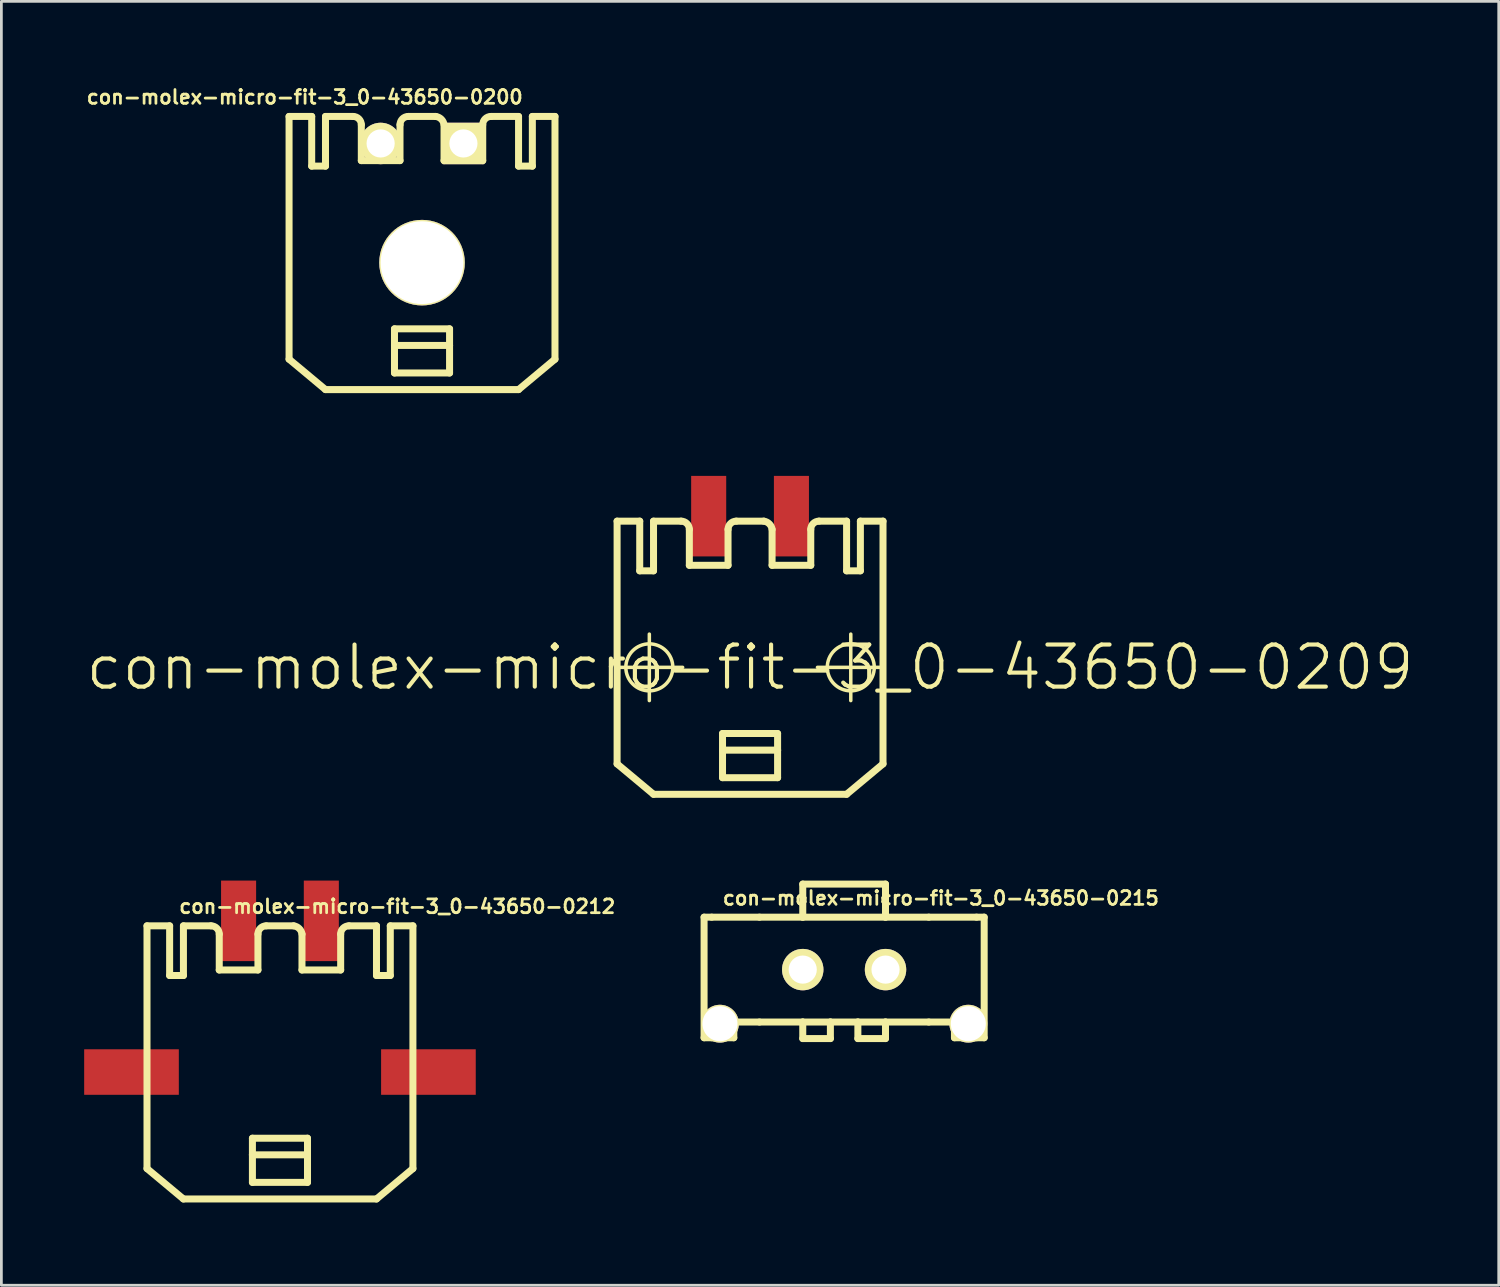
<source format=kicad_pcb>
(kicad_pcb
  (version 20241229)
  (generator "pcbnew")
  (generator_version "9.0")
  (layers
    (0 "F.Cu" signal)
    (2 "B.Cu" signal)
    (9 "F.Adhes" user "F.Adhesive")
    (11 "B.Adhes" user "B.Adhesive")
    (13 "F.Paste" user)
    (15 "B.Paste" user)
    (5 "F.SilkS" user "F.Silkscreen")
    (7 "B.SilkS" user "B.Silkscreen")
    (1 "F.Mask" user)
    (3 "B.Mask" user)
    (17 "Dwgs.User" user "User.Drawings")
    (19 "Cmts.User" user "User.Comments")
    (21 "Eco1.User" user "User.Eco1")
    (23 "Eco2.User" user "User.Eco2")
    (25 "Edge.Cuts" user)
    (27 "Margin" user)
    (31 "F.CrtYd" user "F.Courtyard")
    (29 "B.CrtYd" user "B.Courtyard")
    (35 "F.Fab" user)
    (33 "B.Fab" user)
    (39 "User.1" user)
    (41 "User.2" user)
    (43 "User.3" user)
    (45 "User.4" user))
  (footprint "con-molex-micro-fit-3_0-43650-0200"
    (layer "F.Cu")
    (at 12.243 6.468)
    (property "Reference" "con-molex-micro-fit-3_0-43650-0200" (at -4.25 -6 180) (layer "F.SilkS") (effects (font (size 0.5 0.5) (thickness 0.1))))
    (attr exclude_from_pos_files exclude_from_bom)
    (fp_line (start -4.818 -5.298) (end -3.998 -5.298) (stroke (width 0.254) (type solid)) (layer "F.SilkS"))
    (fp_line (start -4.818 3.498) (end -4.818 -5.298) (stroke (width 0.254) (type solid)) (layer "F.SilkS"))
    (fp_line (start -4.818 3.498) (end -3.498 4.6) (stroke (width 0.254) (type solid)) (layer "F.SilkS"))
    (fp_line (start -3.998 -5.298) (end -3.998 -3.498) (stroke (width 0.254) (type solid)) (layer "F.SilkS"))
    (fp_line (start -3.998 -3.498) (end -3.498 -3.498) (stroke (width 0.254) (type solid)) (layer "F.SilkS"))
    (fp_line (start -3.498 -5.298) (end -2.499 -5.298) (stroke (width 0.254) (type solid)) (layer "F.SilkS"))
    (fp_line (start -3.498 -3.498) (end -3.498 -5.298) (stroke (width 0.254) (type solid)) (layer "F.SilkS"))
    (fp_line (start -2.2 -3.698) (end -2.2 -4.999) (stroke (width 0.254) (type solid)) (layer "F.SilkS"))
    (fp_line (start -2.2 -3.698) (end -0.798 -3.698) (stroke (width 0.254) (type solid)) (layer "F.SilkS"))
    (fp_line (start -0.998 2.398) (end 0.998 2.398) (stroke (width 0.254) (type solid)) (layer "F.SilkS"))
    (fp_line (start -0.998 3) (end -0.998 2.398) (stroke (width 0.254) (type solid)) (layer "F.SilkS"))
    (fp_line (start -0.998 3) (end 0.998 3) (stroke (width 0.254) (type solid)) (layer "F.SilkS"))
    (fp_line (start -0.998 3.998) (end -0.998 3) (stroke (width 0.254) (type solid)) (layer "F.SilkS"))
    (fp_line (start -0.798 -3.698) (end -0.798 -4.999) (stroke (width 0.254) (type solid)) (layer "F.SilkS"))
    (fp_line (start -0.498 -5.298) (end 0.498 -5.298) (stroke (width 0.254) (type solid)) (layer "F.SilkS"))
    (fp_line (start 0.798 -4.999) (end 0.798 -3.698) (stroke (width 0.254) (type solid)) (layer "F.SilkS"))
    (fp_line (start 0.798 -3.698) (end 2.2 -3.698) (stroke (width 0.254) (type solid)) (layer "F.SilkS"))
    (fp_line (start 0.998 2.398) (end 0.998 3) (stroke (width 0.254) (type solid)) (layer "F.SilkS"))
    (fp_line (start 0.998 3) (end 0.998 3.998) (stroke (width 0.254) (type solid)) (layer "F.SilkS"))
    (fp_line (start 0.998 3.998) (end -0.998 3.998) (stroke (width 0.254) (type solid)) (layer "F.SilkS"))
    (fp_line (start 2.2 -3.698) (end 2.2 -4.999) (stroke (width 0.254) (type solid)) (layer "F.SilkS"))
    (fp_line (start 2.499 -5.298) (end 3.498 -5.298) (stroke (width 0.254) (type solid)) (layer "F.SilkS"))
    (fp_line (start 3.498 -3.498) (end 3.498 -5.298) (stroke (width 0.254) (type solid)) (layer "F.SilkS"))
    (fp_line (start 3.498 4.6) (end -3.498 4.6) (stroke (width 0.254) (type solid)) (layer "F.SilkS"))
    (fp_line (start 3.998 -5.298) (end 3.998 -3.498) (stroke (width 0.254) (type solid)) (layer "F.SilkS"))
    (fp_line (start 3.998 -5.298) (end 4.818 -5.298) (stroke (width 0.254) (type solid)) (layer "F.SilkS"))
    (fp_line (start 3.998 -3.498) (end 3.498 -3.498) (stroke (width 0.254) (type solid)) (layer "F.SilkS"))
    (fp_line (start 4.818 -5.298) (end 4.818 3.498) (stroke (width 0.254) (type solid)) (layer "F.SilkS"))
    (fp_line (start 4.818 3.498) (end 3.498 4.6) (stroke (width 0.254) (type solid)) (layer "F.SilkS"))
    (fp_arc (start -2.49936 -5.29844) (mid -2.287426 -5.210654) (end -2.19964 -4.99872) (stroke (width 0.254) (type solid)) (layer "F.SilkS"))
    (fp_arc (start -0.79756 -4.99872) (mid -0.709774 -5.210654) (end -0.49784 -5.29844) (stroke (width 0.254) (type solid)) (layer "F.SilkS"))
    (fp_arc (start 0.49784 -5.29844) (mid 0.698413 -5.199466) (end 0.799556 -4.999979) (stroke (width 0.254) (type solid)) (layer "F.SilkS"))
    (fp_arc (start 2.19964 -4.99872) (mid 2.287426 -5.210654) (end 2.49936 -5.29844) (stroke (width 0.254) (type solid)) (layer "F.SilkS"))
    (pad "1" thru_hole rect (at 1.5 -4.32) (size 1.5 1.5) (drill 1.02) (layers "*.Cu" "*.Mask" "F.SilkS" "F.Paste"))
    (pad "2" thru_hole circle (at -1.5 -4.32) (size 1.5 1.5) (drill 1.02) (layers "*.Cu" "*.Mask" "F.SilkS" "F.Paste"))
    (pad "3" thru_hole circle (at 0 0) (size 3.1 3.1) (drill 3) (layers "*.Cu" "*.Mask" "F.SilkS" "F.Paste")))
  (footprint "con-molex-micro-fit-3_0-43650-0215"
    (layer "F.Cu")
    (at 27.539 32.086)
    (property "Reference" "con-molex-micro-fit-3_0-43650-0215" (at 3.505 -2.591 0) (layer "F.SilkS") (effects (font (size 0.5 0.5) (thickness 0.1))))
    (attr exclude_from_pos_files exclude_from_bom)
    (fp_line (start -5.075 -1.9) (end -4.798 -1.9) (stroke (width 0.254) (type solid)) (layer "F.SilkS"))
    (fp_line (start -5.075 2.469) (end -5.075 -1.9) (stroke (width 0.254) (type solid)) (layer "F.SilkS"))
    (fp_line (start -4.798 -1.9) (end -3.068 -1.9) (stroke (width 0.254) (type solid)) (layer "F.SilkS"))
    (fp_line (start -4.798 2.469) (end -5.075 2.469) (stroke (width 0.254) (type solid)) (layer "F.SilkS"))
    (fp_line (start -3.998 1.9) (end -3.998 2.469) (stroke (width 0.254) (type solid)) (layer "F.SilkS"))
    (fp_line (start -3.998 2.469) (end -4.798 2.469) (stroke (width 0.254) (type solid)) (layer "F.SilkS"))
    (fp_line (start -3.068 -1.9) (end -1.499 -1.9) (stroke (width 0.254) (type solid)) (layer "F.SilkS"))
    (fp_line (start -3.068 1.9) (end -3.998 1.9) (stroke (width 0.254) (type solid)) (layer "F.SilkS"))
    (fp_line (start -1.499 -3.099) (end -1.499 -1.9) (stroke (width 0.254) (type solid)) (layer "F.SilkS"))
    (fp_line (start -1.499 -3.099) (end 1.499 -3.099) (stroke (width 0.254) (type solid)) (layer "F.SilkS"))
    (fp_line (start -1.499 -1.9) (end 1.499 -1.9) (stroke (width 0.254) (type solid)) (layer "F.SilkS"))
    (fp_line (start -1.499 1.9) (end -3.068 1.9) (stroke (width 0.254) (type solid)) (layer "F.SilkS"))
    (fp_line (start -1.499 1.9) (end -1.499 2.499) (stroke (width 0.254) (type solid)) (layer "F.SilkS"))
    (fp_line (start -1.499 2.499) (end -0.498 2.499) (stroke (width 0.254) (type solid)) (layer "F.SilkS"))
    (fp_line (start -0.498 1.9) (end -1.499 1.9) (stroke (width 0.254) (type solid)) (layer "F.SilkS"))
    (fp_line (start -0.498 2.499) (end -0.498 1.9) (stroke (width 0.254) (type solid)) (layer "F.SilkS"))
    (fp_line (start 0.498 1.9) (end -0.498 1.9) (stroke (width 0.254) (type solid)) (layer "F.SilkS"))
    (fp_line (start 0.498 1.9) (end 0.498 2.499) (stroke (width 0.254) (type solid)) (layer "F.SilkS"))
    (fp_line (start 0.498 2.499) (end 1.499 2.499) (stroke (width 0.254) (type solid)) (layer "F.SilkS"))
    (fp_line (start 1.499 -3.099) (end 1.499 -1.9) (stroke (width 0.254) (type solid)) (layer "F.SilkS"))
    (fp_line (start 1.499 -1.9) (end 3.068 -1.9) (stroke (width 0.254) (type solid)) (layer "F.SilkS"))
    (fp_line (start 1.499 1.9) (end 0.498 1.9) (stroke (width 0.254) (type solid)) (layer "F.SilkS"))
    (fp_line (start 1.499 2.499) (end 1.499 1.9) (stroke (width 0.254) (type solid)) (layer "F.SilkS"))
    (fp_line (start 3.068 -1.9) (end 4.798 -1.9) (stroke (width 0.254) (type solid)) (layer "F.SilkS"))
    (fp_line (start 3.068 1.9) (end 1.499 1.9) (stroke (width 0.254) (type solid)) (layer "F.SilkS"))
    (fp_line (start 3.998 1.9) (end 3.068 1.9) (stroke (width 0.254) (type solid)) (layer "F.SilkS"))
    (fp_line (start 3.998 2.469) (end 3.998 1.9) (stroke (width 0.254) (type solid)) (layer "F.SilkS"))
    (fp_line (start 3.998 2.469) (end 4.798 2.469) (stroke (width 0.254) (type solid)) (layer "F.SilkS"))
    (fp_line (start 4.798 -1.9) (end 5.075 -1.9) (stroke (width 0.254) (type solid)) (layer "F.SilkS"))
    (fp_line (start 4.798 2.469) (end 5.075 2.469) (stroke (width 0.254) (type solid)) (layer "F.SilkS"))
    (fp_line (start 5.075 -1.9) (end 5.075 2.469) (stroke (width 0.254) (type solid)) (layer "F.SilkS"))
    (fp_line (start -4.798 -0.998) (end -4.798 -1.9) (stroke (width 0.198) (type solid)) (layer "Eco1.User"))
    (fp_line (start -4.798 0.998) (end -4.798 -0.998) (stroke (width 0.198) (type solid)) (layer "Eco1.User"))
    (fp_line (start -4.798 2.469) (end -4.798 0.998) (stroke (width 0.198) (type solid)) (layer "Eco1.User"))
    (fp_line (start -3.998 -0.498) (end -3.998 0.498) (stroke (width 0.198) (type solid)) (layer "Eco1.User"))
    (fp_line (start -3.998 0.498) (end -3.698 0.498) (stroke (width 0.198) (type solid)) (layer "Eco1.User"))
    (fp_line (start -3.698 -0.998) (end -4.798 -0.998) (stroke (width 0.198) (type solid)) (layer "Eco1.User"))
    (fp_line (start -3.698 -0.998) (end -3.698 -0.498) (stroke (width 0.198) (type solid)) (layer "Eco1.User"))
    (fp_line (start -3.698 -0.498) (end -3.998 -0.498) (stroke (width 0.198) (type solid)) (layer "Eco1.User"))
    (fp_line (start -3.698 0.498) (end -3.698 0.998) (stroke (width 0.198) (type solid)) (layer "Eco1.User"))
    (fp_line (start -3.698 0.998) (end -4.798 0.998) (stroke (width 0.198) (type solid)) (layer "Eco1.User"))
    (fp_line (start -3.068 -0.998) (end -3.698 -0.998) (stroke (width 0.198) (type solid)) (layer "Eco1.User"))
    (fp_line (start -3.068 -0.998) (end -3.068 -1.9) (stroke (width 0.198) (type solid)) (layer "Eco1.User"))
    (fp_line (start -3.068 0.998) (end -3.698 0.998) (stroke (width 0.198) (type solid)) (layer "Eco1.User"))
    (fp_line (start -3.068 0.998) (end -3.068 -0.998) (stroke (width 0.198) (type solid)) (layer "Eco1.User"))
    (fp_line (start -3.068 1.9) (end -3.068 0.998) (stroke (width 0.198) (type solid)) (layer "Eco1.User"))
    (fp_line (start -2.769 -1.27) (end -0.229 -1.27) (stroke (width 0.254) (type solid)) (layer "Eco1.User"))
    (fp_line (start -2.769 0.762) (end -2.769 -1.27) (stroke (width 0.254) (type solid)) (layer "Eco1.User"))
    (fp_line (start -2.261 1.27) (end -2.769 0.762) (stroke (width 0.254) (type solid)) (layer "Eco1.User"))
    (fp_line (start -0.229 -1.27) (end -0.229 1.27) (stroke (width 0.254) (type solid)) (layer "Eco1.User"))
    (fp_line (start -0.229 1.27) (end -2.261 1.27) (stroke (width 0.254) (type solid)) (layer "Eco1.User"))
    (fp_line (start 0.229 -1.27) (end 2.769 -1.27) (stroke (width 0.254) (type solid)) (layer "Eco1.User"))
    (fp_line (start 0.229 0.762) (end 0.229 -1.27) (stroke (width 0.254) (type solid)) (layer "Eco1.User"))
    (fp_line (start 0.737 1.27) (end 0.229 0.762) (stroke (width 0.254) (type solid)) (layer "Eco1.User"))
    (fp_line (start 2.769 -1.27) (end 2.769 1.27) (stroke (width 0.254) (type solid)) (layer "Eco1.User"))
    (fp_line (start 2.769 1.27) (end 0.737 1.27) (stroke (width 0.254) (type solid)) (layer "Eco1.User"))
    (fp_line (start 3.068 -1.9) (end 3.068 -0.998) (stroke (width 0.198) (type solid)) (layer "Eco1.User"))
    (fp_line (start 3.068 -0.998) (end 3.068 0.998) (stroke (width 0.198) (type solid)) (layer "Eco1.User"))
    (fp_line (start 3.068 -0.998) (end 3.698 -0.998) (stroke (width 0.198) (type solid)) (layer "Eco1.User"))
    (fp_line (start 3.068 0.998) (end 3.068 1.9) (stroke (width 0.198) (type solid)) (layer "Eco1.User"))
    (fp_line (start 3.068 0.998) (end 3.698 0.998) (stroke (width 0.198) (type solid)) (layer "Eco1.User"))
    (fp_line (start 3.698 -0.998) (end 3.698 -0.498) (stroke (width 0.198) (type solid)) (layer "Eco1.User"))
    (fp_line (start 3.698 -0.998) (end 4.798 -0.998) (stroke (width 0.198) (type solid)) (layer "Eco1.User"))
    (fp_line (start 3.698 -0.498) (end 3.998 -0.498) (stroke (width 0.198) (type solid)) (layer "Eco1.User"))
    (fp_line (start 3.698 0.498) (end 3.698 0.998) (stroke (width 0.198) (type solid)) (layer "Eco1.User"))
    (fp_line (start 3.698 0.998) (end 4.798 0.998) (stroke (width 0.198) (type solid)) (layer "Eco1.User"))
    (fp_line (start 3.998 -0.498) (end 3.998 0.498) (stroke (width 0.198) (type solid)) (layer "Eco1.User"))
    (fp_line (start 3.998 0.498) (end 3.698 0.498) (stroke (width 0.198) (type solid)) (layer "Eco1.User"))
    (fp_line (start 4.798 -0.998) (end 4.798 -1.9) (stroke (width 0.198) (type solid)) (layer "Eco1.User"))
    (fp_line (start 4.798 0.998) (end 4.798 -0.998) (stroke (width 0.198) (type solid)) (layer "Eco1.User"))
    (fp_line (start 4.798 2.469) (end 4.798 0.998) (stroke (width 0.198) (type solid)) (layer "Eco1.User"))
    (pad "0" thru_hole circle (at -4.5 1.96) (size 1.37 1.37) (drill 1.27) (layers "*.Cu" "*.Mask" "F.SilkS" "F.Paste"))
    (pad "0" thru_hole circle (at 4.5 1.96) (size 1.37 1.37) (drill 1.27) (layers "*.Cu" "*.Mask" "F.SilkS" "F.Paste"))
    (pad "1" thru_hole circle (at 1.5 0) (size 1.5 1.5) (drill 1.02) (layers "*.Cu" "*.Mask" "F.SilkS" "F.Paste"))
    (pad "2" thru_hole circle (at -1.5 0) (size 1.5 1.5) (drill 1.02) (layers "*.Cu" "*.Mask" "F.SilkS" "F.Paste")))
  (footprint "con-molex-micro-fit-3_0-43650-0209"
    (layer "F.Cu")
    (at 24.13 21.133)
    (property "Reference" "con-molex-micro-fit-3_0-43650-0209" (at 0 0 0) (layer "F.SilkS") (effects (font (size 1.524 1.524) (thickness 0.15))))
    (attr smd)
    (fp_line (start -4.854 0) (end -2.443 0) (stroke (width 0.127) (type solid)) (layer "F.SilkS"))
    (fp_line (start -4.818 -5.298) (end -3.998 -5.298) (stroke (width 0.254) (type solid)) (layer "F.SilkS"))
    (fp_line (start -4.818 3.498) (end -4.818 -5.298) (stroke (width 0.254) (type solid)) (layer "F.SilkS"))
    (fp_line (start -4.818 3.498) (end -3.498 4.6) (stroke (width 0.254) (type solid)) (layer "F.SilkS"))
    (fp_line (start -3.998 -5.298) (end -3.998 -3.498) (stroke (width 0.254) (type solid)) (layer "F.SilkS"))
    (fp_line (start -3.998 -3.498) (end -3.498 -3.498) (stroke (width 0.254) (type solid)) (layer "F.SilkS"))
    (fp_line (start -3.65 1.204) (end -3.65 -1.204) (stroke (width 0.127) (type solid)) (layer "F.SilkS"))
    (fp_line (start -3.498 -5.298) (end -2.499 -5.298) (stroke (width 0.254) (type solid)) (layer "F.SilkS"))
    (fp_line (start -3.498 -3.498) (end -3.498 -5.298) (stroke (width 0.254) (type solid)) (layer "F.SilkS"))
    (fp_line (start -2.2 -3.698) (end -2.2 -4.999) (stroke (width 0.254) (type solid)) (layer "F.SilkS"))
    (fp_line (start -2.2 -3.698) (end -0.798 -3.698) (stroke (width 0.254) (type solid)) (layer "F.SilkS"))
    (fp_line (start -0.998 2.398) (end 0.998 2.398) (stroke (width 0.254) (type solid)) (layer "F.SilkS"))
    (fp_line (start -0.998 3) (end -0.998 2.398) (stroke (width 0.254) (type solid)) (layer "F.SilkS"))
    (fp_line (start -0.998 3) (end 0.998 3) (stroke (width 0.254) (type solid)) (layer "F.SilkS"))
    (fp_line (start -0.998 3.998) (end -0.998 3) (stroke (width 0.254) (type solid)) (layer "F.SilkS"))
    (fp_line (start -0.798 -3.698) (end -0.798 -4.999) (stroke (width 0.254) (type solid)) (layer "F.SilkS"))
    (fp_line (start -0.498 -5.298) (end 0.498 -5.298) (stroke (width 0.254) (type solid)) (layer "F.SilkS"))
    (fp_line (start 0.798 -4.999) (end 0.798 -3.698) (stroke (width 0.254) (type solid)) (layer "F.SilkS"))
    (fp_line (start 0.798 -3.698) (end 2.2 -3.698) (stroke (width 0.254) (type solid)) (layer "F.SilkS"))
    (fp_line (start 0.998 2.398) (end 0.998 3) (stroke (width 0.254) (type solid)) (layer "F.SilkS"))
    (fp_line (start 0.998 3) (end 0.998 3.998) (stroke (width 0.254) (type solid)) (layer "F.SilkS"))
    (fp_line (start 0.998 3.998) (end -0.998 3.998) (stroke (width 0.254) (type solid)) (layer "F.SilkS"))
    (fp_line (start 2.2 -3.698) (end 2.2 -4.999) (stroke (width 0.254) (type solid)) (layer "F.SilkS"))
    (fp_line (start 2.443 0) (end 4.854 0) (stroke (width 0.127) (type solid)) (layer "F.SilkS"))
    (fp_line (start 2.499 -5.298) (end 3.498 -5.298) (stroke (width 0.254) (type solid)) (layer "F.SilkS"))
    (fp_line (start 3.498 -3.498) (end 3.498 -5.298) (stroke (width 0.254) (type solid)) (layer "F.SilkS"))
    (fp_line (start 3.498 4.6) (end -3.498 4.6) (stroke (width 0.254) (type solid)) (layer "F.SilkS"))
    (fp_line (start 3.65 1.204) (end 3.65 -1.204) (stroke (width 0.127) (type solid)) (layer "F.SilkS"))
    (fp_line (start 3.998 -5.298) (end 3.998 -3.498) (stroke (width 0.254) (type solid)) (layer "F.SilkS"))
    (fp_line (start 3.998 -5.298) (end 4.818 -5.298) (stroke (width 0.254) (type solid)) (layer "F.SilkS"))
    (fp_line (start 3.998 -3.498) (end 3.498 -3.498) (stroke (width 0.254) (type solid)) (layer "F.SilkS"))
    (fp_line (start 4.818 -5.298) (end 4.818 3.498) (stroke (width 0.254) (type solid)) (layer "F.SilkS"))
    (fp_line (start 4.818 3.498) (end 3.498 4.6) (stroke (width 0.254) (type solid)) (layer "F.SilkS"))
    (fp_arc (start -2.49936 -5.29844) (mid -2.287426 -5.210654) (end -2.19964 -4.99872) (stroke (width 0.254) (type solid)) (layer "F.SilkS"))
    (fp_arc (start -0.79756 -4.99872) (mid -0.709774 -5.210654) (end -0.49784 -5.29844) (stroke (width 0.254) (type solid)) (layer "F.SilkS"))
    (fp_arc (start 0.49784 -5.29844) (mid 0.698413 -5.199466) (end 0.799556 -4.999979) (stroke (width 0.254) (type solid)) (layer "F.SilkS"))
    (fp_arc (start 2.19964 -4.99872) (mid 2.287426 -5.210654) (end 2.49936 -5.29844) (stroke (width 0.254) (type solid)) (layer "F.SilkS"))
    (fp_circle (center -3.65 0) (end -4.252 0.602) (stroke (width 0.127) (type solid)) (fill no) (layer "F.SilkS"))
    (fp_circle (center 3.65 0) (end 4.252 0.602) (stroke (width 0.127) (type solid)) (fill no) (layer "F.SilkS"))
    (pad "P$1" smd rect (at 1.499 -5.479) (size 1.27 2.918) (layers "F.Cu" "F.Mask" "F.Paste"))
    (pad "P$2" smd rect (at -1.499 -5.479) (size 1.27 2.918) (layers "F.Cu" "F.Mask" "F.Paste")))
  (footprint "con-molex-micro-fit-3_0-43650-0212"
    (layer "F.Cu")
    (at 7.095 35.048)
    (property "Reference" "con-molex-micro-fit-3_0-43650-0212" (at 4.25 -5.25 0) (layer "F.SilkS") (effects (font (size 0.5 0.5) (thickness 0.1))))
    (attr smd)
    (fp_line (start -4.818 -4.548) (end -3.998 -4.548) (stroke (width 0.254) (type solid)) (layer "F.SilkS"))
    (fp_line (start -4.818 4.248) (end -4.818 -4.548) (stroke (width 0.254) (type solid)) (layer "F.SilkS"))
    (fp_line (start -4.818 4.248) (end -3.498 5.35) (stroke (width 0.254) (type solid)) (layer "F.SilkS"))
    (fp_line (start -3.998 -4.548) (end -3.998 -2.748) (stroke (width 0.254) (type solid)) (layer "F.SilkS"))
    (fp_line (start -3.998 -2.748) (end -3.498 -2.748) (stroke (width 0.254) (type solid)) (layer "F.SilkS"))
    (fp_line (start -3.498 -4.548) (end -2.499 -4.548) (stroke (width 0.254) (type solid)) (layer "F.SilkS"))
    (fp_line (start -3.498 -2.748) (end -3.498 -4.548) (stroke (width 0.254) (type solid)) (layer "F.SilkS"))
    (fp_line (start -2.2 -2.948) (end -2.2 -4.249) (stroke (width 0.254) (type solid)) (layer "F.SilkS"))
    (fp_line (start -2.2 -2.948) (end -0.798 -2.948) (stroke (width 0.254) (type solid)) (layer "F.SilkS"))
    (fp_line (start -0.998 3.148) (end 0.998 3.148) (stroke (width 0.254) (type solid)) (layer "F.SilkS"))
    (fp_line (start -0.998 3.75) (end -0.998 3.148) (stroke (width 0.254) (type solid)) (layer "F.SilkS"))
    (fp_line (start -0.998 3.75) (end 0.998 3.75) (stroke (width 0.254) (type solid)) (layer "F.SilkS"))
    (fp_line (start -0.998 4.748) (end -0.998 3.75) (stroke (width 0.254) (type solid)) (layer "F.SilkS"))
    (fp_line (start -0.798 -2.948) (end -0.798 -4.249) (stroke (width 0.254) (type solid)) (layer "F.SilkS"))
    (fp_line (start -0.498 -4.548) (end 0.498 -4.548) (stroke (width 0.254) (type solid)) (layer "F.SilkS"))
    (fp_line (start 0.798 -4.249) (end 0.798 -2.948) (stroke (width 0.254) (type solid)) (layer "F.SilkS"))
    (fp_line (start 0.798 -2.948) (end 2.2 -2.948) (stroke (width 0.254) (type solid)) (layer "F.SilkS"))
    (fp_line (start 0.998 3.148) (end 0.998 3.75) (stroke (width 0.254) (type solid)) (layer "F.SilkS"))
    (fp_line (start 0.998 3.75) (end 0.998 4.748) (stroke (width 0.254) (type solid)) (layer "F.SilkS"))
    (fp_line (start 0.998 4.748) (end -0.998 4.748) (stroke (width 0.254) (type solid)) (layer "F.SilkS"))
    (fp_line (start 2.2 -2.948) (end 2.2 -4.249) (stroke (width 0.254) (type solid)) (layer "F.SilkS"))
    (fp_line (start 2.499 -4.548) (end 3.498 -4.548) (stroke (width 0.254) (type solid)) (layer "F.SilkS"))
    (fp_line (start 3.498 -2.748) (end 3.498 -4.548) (stroke (width 0.254) (type solid)) (layer "F.SilkS"))
    (fp_line (start 3.498 5.35) (end -3.498 5.35) (stroke (width 0.254) (type solid)) (layer "F.SilkS"))
    (fp_line (start 3.998 -4.548) (end 3.998 -2.748) (stroke (width 0.254) (type solid)) (layer "F.SilkS"))
    (fp_line (start 3.998 -4.548) (end 4.818 -4.548) (stroke (width 0.254) (type solid)) (layer "F.SilkS"))
    (fp_line (start 3.998 -2.748) (end 3.498 -2.748) (stroke (width 0.254) (type solid)) (layer "F.SilkS"))
    (fp_line (start 4.818 -4.548) (end 4.818 4.248) (stroke (width 0.254) (type solid)) (layer "F.SilkS"))
    (fp_line (start 4.818 4.248) (end 3.498 5.35) (stroke (width 0.254) (type solid)) (layer "F.SilkS"))
    (fp_arc (start -2.49936 -4.54844) (mid -2.287426 -4.460654) (end -2.19964 -4.24872) (stroke (width 0.254) (type solid)) (layer "F.SilkS"))
    (fp_arc (start -0.79756 -4.24872) (mid -0.709774 -4.460654) (end -0.49784 -4.54844) (stroke (width 0.254) (type solid)) (layer "F.SilkS"))
    (fp_arc (start 0.49784 -4.54844) (mid 0.698413 -4.449466) (end 0.799556 -4.249979) (stroke (width 0.254) (type solid)) (layer "F.SilkS"))
    (fp_arc (start 2.19964 -4.24872) (mid 2.287426 -4.460654) (end 2.49936 -4.54844) (stroke (width 0.254) (type solid)) (layer "F.SilkS"))
    (pad "1" smd rect (at 1.499 -4.729) (size 1.27 2.918) (layers "F.Cu" "F.Mask" "F.Paste"))
    (pad "2" smd rect (at -1.499 -4.729) (size 1.27 2.918) (layers "F.Cu" "F.Mask" "F.Paste"))
    (pad "TAB1" smd rect (at 5.38 0.75) (size 3.43 1.65) (layers "F.Cu" "F.Mask" "F.Paste"))
    (pad "TAB2" smd rect (at -5.38 0.75) (size 3.43 1.65) (layers "F.Cu" "F.Mask" "F.Paste")))
  (gr_rect
    (start -3 -3)
    (end 51.26 43.525)
    (stroke (width 0.1) (type default))
    (fill no)
    (layer "Edge.Cuts")))
</source>
